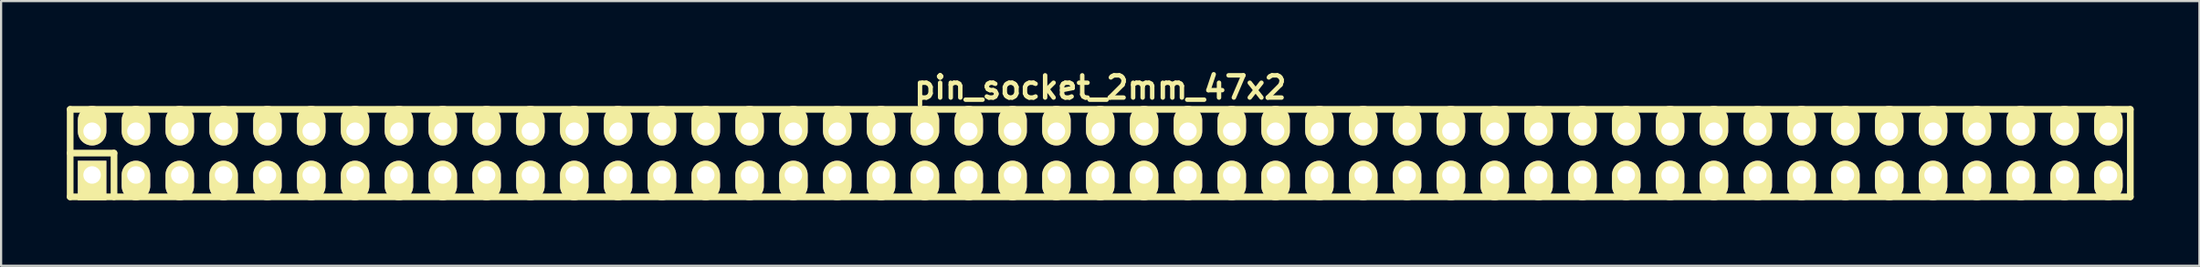
<source format=kicad_pcb>
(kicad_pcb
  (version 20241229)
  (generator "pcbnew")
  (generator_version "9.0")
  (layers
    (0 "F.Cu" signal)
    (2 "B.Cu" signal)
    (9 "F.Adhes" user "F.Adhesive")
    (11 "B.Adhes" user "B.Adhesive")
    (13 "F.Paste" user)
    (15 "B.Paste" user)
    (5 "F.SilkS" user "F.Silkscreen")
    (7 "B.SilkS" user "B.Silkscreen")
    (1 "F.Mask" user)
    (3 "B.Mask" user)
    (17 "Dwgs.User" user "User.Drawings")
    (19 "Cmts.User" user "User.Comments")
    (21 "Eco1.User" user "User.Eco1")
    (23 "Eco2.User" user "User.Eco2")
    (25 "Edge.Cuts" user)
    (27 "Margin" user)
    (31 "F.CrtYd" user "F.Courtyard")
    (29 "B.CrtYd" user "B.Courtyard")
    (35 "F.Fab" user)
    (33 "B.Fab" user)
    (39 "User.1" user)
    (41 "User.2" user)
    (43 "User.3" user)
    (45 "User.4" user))
  (footprint "pin_socket_2mm_47x2"
    (layer "F.Cu")
    (at 47.152 3.951)
    (property "Reference" "pin_socket_2mm_47x2" (at 0 -3 0) (layer "F.SilkS") (effects (font (size 1.016 1.016) (thickness 0.203))))
    (attr through_hole)
    (fp_line (start -47 -2) (end 47 -2) (stroke (width 0.305) (type solid)) (layer "F.SilkS"))
    (fp_line (start -47 0) (end -45 0) (stroke (width 0.305) (type solid)) (layer "F.SilkS"))
    (fp_line (start -47 2) (end -47 -2) (stroke (width 0.305) (type solid)) (layer "F.SilkS"))
    (fp_line (start -45 0) (end -45 2) (stroke (width 0.305) (type solid)) (layer "F.SilkS"))
    (fp_line (start 47 -2) (end 47 2) (stroke (width 0.305) (type solid)) (layer "F.SilkS"))
    (fp_line (start 47 2) (end -47 2) (stroke (width 0.305) (type solid)) (layer "F.SilkS"))
    (pad "1" thru_hole rect (at -46 1) (size 1.3 1.8) (drill 0.8 (offset 0 0.25)) (layers "*.Cu" "*.Mask" "F.SilkS"))
    (pad "2" thru_hole oval (at -46 -1) (size 1.3 1.8) (drill 0.8 (offset 0 -0.25)) (layers "*.Cu" "*.Mask" "F.SilkS"))
    (pad "3" thru_hole oval (at -44 1) (size 1.3 1.8) (drill 0.8 (offset 0 0.25)) (layers "*.Cu" "*.Mask" "F.SilkS"))
    (pad "4" thru_hole oval (at -44 -1) (size 1.3 1.8) (drill 0.8 (offset 0 -0.25)) (layers "*.Cu" "*.Mask" "F.SilkS"))
    (pad "5" thru_hole oval (at -42 1) (size 1.3 1.8) (drill 0.8 (offset 0 0.25)) (layers "*.Cu" "*.Mask" "F.SilkS"))
    (pad "6" thru_hole oval (at -42 -1) (size 1.3 1.8) (drill 0.8 (offset 0 -0.25)) (layers "*.Cu" "*.Mask" "F.SilkS"))
    (pad "7" thru_hole oval (at -40 1) (size 1.3 1.8) (drill 0.8 (offset 0 0.25)) (layers "*.Cu" "*.Mask" "F.SilkS"))
    (pad "8" thru_hole oval (at -40 -1) (size 1.3 1.8) (drill 0.8 (offset 0 -0.25)) (layers "*.Cu" "*.Mask" "F.SilkS"))
    (pad "9" thru_hole oval (at -38 1) (size 1.3 1.8) (drill 0.8 (offset 0 0.25)) (layers "*.Cu" "*.Mask" "F.SilkS"))
    (pad "10" thru_hole oval (at -38 -1) (size 1.3 1.8) (drill 0.8 (offset 0 -0.25)) (layers "*.Cu" "*.Mask" "F.SilkS"))
    (pad "11" thru_hole oval (at -36 1) (size 1.3 1.8) (drill 0.8 (offset 0 0.25)) (layers "*.Cu" "*.Mask" "F.SilkS"))
    (pad "12" thru_hole oval (at -36 -1) (size 1.3 1.8) (drill 0.8 (offset 0 -0.25)) (layers "*.Cu" "*.Mask" "F.SilkS"))
    (pad "13" thru_hole oval (at -34 1) (size 1.3 1.8) (drill 0.8 (offset 0 0.25)) (layers "*.Cu" "*.Mask" "F.SilkS"))
    (pad "14" thru_hole oval (at -34 -1) (size 1.3 1.8) (drill 0.8 (offset 0 -0.25)) (layers "*.Cu" "*.Mask" "F.SilkS"))
    (pad "15" thru_hole oval (at -32 1) (size 1.3 1.8) (drill 0.8 (offset 0 0.25)) (layers "*.Cu" "*.Mask" "F.SilkS"))
    (pad "16" thru_hole oval (at -32 -1) (size 1.3 1.8) (drill 0.8 (offset 0 -0.25)) (layers "*.Cu" "*.Mask" "F.SilkS"))
    (pad "17" thru_hole oval (at -30 1) (size 1.3 1.8) (drill 0.8 (offset 0 0.25)) (layers "*.Cu" "*.Mask" "F.SilkS"))
    (pad "18" thru_hole oval (at -30 -1) (size 1.3 1.8) (drill 0.8 (offset 0 -0.25)) (layers "*.Cu" "*.Mask" "F.SilkS"))
    (pad "19" thru_hole oval (at -28 1) (size 1.3 1.8) (drill 0.8 (offset 0 0.25)) (layers "*.Cu" "*.Mask" "F.SilkS"))
    (pad "20" thru_hole oval (at -28 -1) (size 1.3 1.8) (drill 0.8 (offset 0 -0.25)) (layers "*.Cu" "*.Mask" "F.SilkS"))
    (pad "21" thru_hole oval (at -26 1) (size 1.3 1.8) (drill 0.8 (offset 0 0.25)) (layers "*.Cu" "*.Mask" "F.SilkS"))
    (pad "22" thru_hole oval (at -26 -1) (size 1.3 1.8) (drill 0.8 (offset 0 -0.25)) (layers "*.Cu" "*.Mask" "F.SilkS"))
    (pad "23" thru_hole oval (at -24 1) (size 1.3 1.8) (drill 0.8 (offset 0 0.25)) (layers "*.Cu" "*.Mask" "F.SilkS"))
    (pad "24" thru_hole oval (at -24 -1) (size 1.3 1.8) (drill 0.8 (offset 0 -0.25)) (layers "*.Cu" "*.Mask" "F.SilkS"))
    (pad "25" thru_hole oval (at -22 1) (size 1.3 1.8) (drill 0.8 (offset 0 0.25)) (layers "*.Cu" "*.Mask" "F.SilkS"))
    (pad "26" thru_hole oval (at -22 -1) (size 1.3 1.8) (drill 0.8 (offset 0 -0.25)) (layers "*.Cu" "*.Mask" "F.SilkS"))
    (pad "27" thru_hole oval (at -20 1) (size 1.3 1.8) (drill 0.8 (offset 0 0.25)) (layers "*.Cu" "*.Mask" "F.SilkS"))
    (pad "28" thru_hole oval (at -20 -1) (size 1.3 1.8) (drill 0.8 (offset 0 -0.25)) (layers "*.Cu" "*.Mask" "F.SilkS"))
    (pad "29" thru_hole oval (at -18 1) (size 1.3 1.8) (drill 0.8 (offset 0 0.25)) (layers "*.Cu" "*.Mask" "F.SilkS"))
    (pad "30" thru_hole oval (at -18 -1) (size 1.3 1.8) (drill 0.8 (offset 0 -0.25)) (layers "*.Cu" "*.Mask" "F.SilkS"))
    (pad "31" thru_hole oval (at -16 1) (size 1.3 1.8) (drill 0.8 (offset 0 0.25)) (layers "*.Cu" "*.Mask" "F.SilkS"))
    (pad "32" thru_hole oval (at -16 -1) (size 1.3 1.8) (drill 0.8 (offset 0 -0.25)) (layers "*.Cu" "*.Mask" "F.SilkS"))
    (pad "33" thru_hole oval (at -14 1) (size 1.3 1.8) (drill 0.8 (offset 0 0.25)) (layers "*.Cu" "*.Mask" "F.SilkS"))
    (pad "34" thru_hole oval (at -14 -1) (size 1.3 1.8) (drill 0.8 (offset 0 -0.25)) (layers "*.Cu" "*.Mask" "F.SilkS"))
    (pad "35" thru_hole oval (at -12 1) (size 1.3 1.8) (drill 0.8 (offset 0 0.25)) (layers "*.Cu" "*.Mask" "F.SilkS"))
    (pad "36" thru_hole oval (at -12 -1) (size 1.3 1.8) (drill 0.8 (offset 0 -0.25)) (layers "*.Cu" "*.Mask" "F.SilkS"))
    (pad "37" thru_hole oval (at -10 1) (size 1.3 1.8) (drill 0.8 (offset 0 0.25)) (layers "*.Cu" "*.Mask" "F.SilkS"))
    (pad "38" thru_hole oval (at -10 -1) (size 1.3 1.8) (drill 0.8 (offset 0 -0.25)) (layers "*.Cu" "*.Mask" "F.SilkS"))
    (pad "39" thru_hole oval (at -8 1) (size 1.3 1.8) (drill 0.8 (offset 0 0.25)) (layers "*.Cu" "*.Mask" "F.SilkS"))
    (pad "40" thru_hole oval (at -8 -1) (size 1.3 1.8) (drill 0.8 (offset 0 -0.25)) (layers "*.Cu" "*.Mask" "F.SilkS"))
    (pad "41" thru_hole oval (at -6 1) (size 1.3 1.8) (drill 0.8 (offset 0 0.25)) (layers "*.Cu" "*.Mask" "F.SilkS"))
    (pad "42" thru_hole oval (at -6 -1) (size 1.3 1.8) (drill 0.8 (offset 0 -0.25)) (layers "*.Cu" "*.Mask" "F.SilkS"))
    (pad "43" thru_hole oval (at -4 1) (size 1.3 1.8) (drill 0.8 (offset 0 0.25)) (layers "*.Cu" "*.Mask" "F.SilkS"))
    (pad "44" thru_hole oval (at -4 -1) (size 1.3 1.8) (drill 0.8 (offset 0 -0.25)) (layers "*.Cu" "*.Mask" "F.SilkS"))
    (pad "45" thru_hole oval (at -2 1) (size 1.3 1.8) (drill 0.8 (offset 0 0.25)) (layers "*.Cu" "*.Mask" "F.SilkS"))
    (pad "46" thru_hole oval (at -2 -1) (size 1.3 1.8) (drill 0.8 (offset 0 -0.25)) (layers "*.Cu" "*.Mask" "F.SilkS"))
    (pad "47" thru_hole oval (at 0 1) (size 1.3 1.8) (drill 0.8 (offset 0 0.25)) (layers "*.Cu" "*.Mask" "F.SilkS"))
    (pad "48" thru_hole oval (at 0 -1) (size 1.3 1.8) (drill 0.8 (offset 0 -0.25)) (layers "*.Cu" "*.Mask" "F.SilkS"))
    (pad "49" thru_hole oval (at 2 1) (size 1.3 1.8) (drill 0.8 (offset 0 0.25)) (layers "*.Cu" "*.Mask" "F.SilkS"))
    (pad "50" thru_hole oval (at 2 -1) (size 1.3 1.8) (drill 0.8 (offset 0 -0.25)) (layers "*.Cu" "*.Mask" "F.SilkS"))
    (pad "51" thru_hole oval (at 4 1) (size 1.3 1.8) (drill 0.8 (offset 0 0.25)) (layers "*.Cu" "*.Mask" "F.SilkS"))
    (pad "52" thru_hole oval (at 4 -1) (size 1.3 1.8) (drill 0.8 (offset 0 -0.25)) (layers "*.Cu" "*.Mask" "F.SilkS"))
    (pad "53" thru_hole oval (at 6 1) (size 1.3 1.8) (drill 0.8 (offset 0 0.25)) (layers "*.Cu" "*.Mask" "F.SilkS"))
    (pad "54" thru_hole oval (at 6 -1) (size 1.3 1.8) (drill 0.8 (offset 0 -0.25)) (layers "*.Cu" "*.Mask" "F.SilkS"))
    (pad "55" thru_hole oval (at 8 1) (size 1.3 1.8) (drill 0.8 (offset 0 0.25)) (layers "*.Cu" "*.Mask" "F.SilkS"))
    (pad "56" thru_hole oval (at 8 -1) (size 1.3 1.8) (drill 0.8 (offset 0 -0.25)) (layers "*.Cu" "*.Mask" "F.SilkS"))
    (pad "57" thru_hole oval (at 10 1) (size 1.3 1.8) (drill 0.8 (offset 0 0.25)) (layers "*.Cu" "*.Mask" "F.SilkS"))
    (pad "58" thru_hole oval (at 10 -1) (size 1.3 1.8) (drill 0.8 (offset 0 -0.25)) (layers "*.Cu" "*.Mask" "F.SilkS"))
    (pad "59" thru_hole oval (at 12 1) (size 1.3 1.8) (drill 0.8 (offset 0 0.25)) (layers "*.Cu" "*.Mask" "F.SilkS"))
    (pad "60" thru_hole oval (at 12 -1) (size 1.3 1.8) (drill 0.8 (offset 0 -0.25)) (layers "*.Cu" "*.Mask" "F.SilkS"))
    (pad "61" thru_hole oval (at 14 1) (size 1.3 1.8) (drill 0.8 (offset 0 0.25)) (layers "*.Cu" "*.Mask" "F.SilkS"))
    (pad "62" thru_hole oval (at 14 -1) (size 1.3 1.8) (drill 0.8 (offset 0 -0.25)) (layers "*.Cu" "*.Mask" "F.SilkS"))
    (pad "63" thru_hole oval (at 16 1) (size 1.3 1.8) (drill 0.8 (offset 0 0.25)) (layers "*.Cu" "*.Mask" "F.SilkS"))
    (pad "64" thru_hole oval (at 16 -1) (size 1.3 1.8) (drill 0.8 (offset 0 -0.25)) (layers "*.Cu" "*.Mask" "F.SilkS"))
    (pad "65" thru_hole oval (at 18 1) (size 1.3 1.8) (drill 0.8 (offset 0 0.25)) (layers "*.Cu" "*.Mask" "F.SilkS"))
    (pad "66" thru_hole oval (at 18 -1) (size 1.3 1.8) (drill 0.8 (offset 0 -0.25)) (layers "*.Cu" "*.Mask" "F.SilkS"))
    (pad "67" thru_hole oval (at 20 1) (size 1.3 1.8) (drill 0.8 (offset 0 0.25)) (layers "*.Cu" "*.Mask" "F.SilkS"))
    (pad "68" thru_hole oval (at 20 -1) (size 1.3 1.8) (drill 0.8 (offset 0 -0.25)) (layers "*.Cu" "*.Mask" "F.SilkS"))
    (pad "69" thru_hole oval (at 22 1) (size 1.3 1.8) (drill 0.8 (offset 0 0.25)) (layers "*.Cu" "*.Mask" "F.SilkS"))
    (pad "70" thru_hole oval (at 22 -1) (size 1.3 1.8) (drill 0.8 (offset 0 -0.25)) (layers "*.Cu" "*.Mask" "F.SilkS"))
    (pad "71" thru_hole oval (at 24 1) (size 1.3 1.8) (drill 0.8 (offset 0 0.25)) (layers "*.Cu" "*.Mask" "F.SilkS"))
    (pad "72" thru_hole oval (at 24 -1) (size 1.3 1.8) (drill 0.8 (offset 0 -0.25)) (layers "*.Cu" "*.Mask" "F.SilkS"))
    (pad "73" thru_hole oval (at 26 1) (size 1.3 1.8) (drill 0.8 (offset 0 0.25)) (layers "*.Cu" "*.Mask" "F.SilkS"))
    (pad "74" thru_hole oval (at 26 -1) (size 1.3 1.8) (drill 0.8 (offset 0 -0.25)) (layers "*.Cu" "*.Mask" "F.SilkS"))
    (pad "75" thru_hole oval (at 28 1) (size 1.3 1.8) (drill 0.8 (offset 0 0.25)) (layers "*.Cu" "*.Mask" "F.SilkS"))
    (pad "76" thru_hole oval (at 28 -1) (size 1.3 1.8) (drill 0.8 (offset 0 -0.25)) (layers "*.Cu" "*.Mask" "F.SilkS"))
    (pad "77" thru_hole oval (at 30 1) (size 1.3 1.8) (drill 0.8 (offset 0 0.25)) (layers "*.Cu" "*.Mask" "F.SilkS"))
    (pad "78" thru_hole oval (at 30 -1) (size 1.3 1.8) (drill 0.8 (offset 0 -0.25)) (layers "*.Cu" "*.Mask" "F.SilkS"))
    (pad "79" thru_hole oval (at 32 1) (size 1.3 1.8) (drill 0.8 (offset 0 0.25)) (layers "*.Cu" "*.Mask" "F.SilkS"))
    (pad "80" thru_hole oval (at 32 -1) (size 1.3 1.8) (drill 0.8 (offset 0 -0.25)) (layers "*.Cu" "*.Mask" "F.SilkS"))
    (pad "81" thru_hole oval (at 34 1) (size 1.3 1.8) (drill 0.8 (offset 0 0.25)) (layers "*.Cu" "*.Mask" "F.SilkS"))
    (pad "82" thru_hole oval (at 34 -1) (size 1.3 1.8) (drill 0.8 (offset 0 -0.25)) (layers "*.Cu" "*.Mask" "F.SilkS"))
    (pad "83" thru_hole oval (at 36 1) (size 1.3 1.8) (drill 0.8 (offset 0 0.25)) (layers "*.Cu" "*.Mask" "F.SilkS"))
    (pad "84" thru_hole oval (at 36 -1) (size 1.3 1.8) (drill 0.8 (offset 0 -0.25)) (layers "*.Cu" "*.Mask" "F.SilkS"))
    (pad "85" thru_hole oval (at 38 1) (size 1.3 1.8) (drill 0.8 (offset 0 0.25)) (layers "*.Cu" "*.Mask" "F.SilkS"))
    (pad "86" thru_hole oval (at 38 -1) (size 1.3 1.8) (drill 0.8 (offset 0 -0.25)) (layers "*.Cu" "*.Mask" "F.SilkS"))
    (pad "87" thru_hole oval (at 40 1) (size 1.3 1.8) (drill 0.8 (offset 0 0.25)) (layers "*.Cu" "*.Mask" "F.SilkS"))
    (pad "88" thru_hole oval (at 40 -1) (size 1.3 1.8) (drill 0.8 (offset 0 -0.25)) (layers "*.Cu" "*.Mask" "F.SilkS"))
    (pad "89" thru_hole oval (at 42 1) (size 1.3 1.8) (drill 0.8 (offset 0 0.25)) (layers "*.Cu" "*.Mask" "F.SilkS"))
    (pad "90" thru_hole oval (at 42 -1) (size 1.3 1.8) (drill 0.8 (offset 0 -0.25)) (layers "*.Cu" "*.Mask" "F.SilkS"))
    (pad "91" thru_hole oval (at 44 1) (size 1.3 1.8) (drill 0.8 (offset 0 0.25)) (layers "*.Cu" "*.Mask" "F.SilkS"))
    (pad "92" thru_hole oval (at 44 -1) (size 1.3 1.8) (drill 0.8 (offset 0 -0.25)) (layers "*.Cu" "*.Mask" "F.SilkS"))
    (pad "93" thru_hole oval (at 46 1) (size 1.3 1.8) (drill 0.8 (offset 0 0.25)) (layers "*.Cu" "*.Mask" "F.SilkS"))
    (pad "94" thru_hole oval (at 46 -1) (size 1.3 1.8) (drill 0.8 (offset 0 -0.25)) (layers "*.Cu" "*.Mask" "F.SilkS")))
  (gr_rect
    (start -3 -3)
    (end 97.305 9.103)
    (stroke (width 0.1) (type default))
    (fill no)
    (layer "Edge.Cuts")))
</source>
